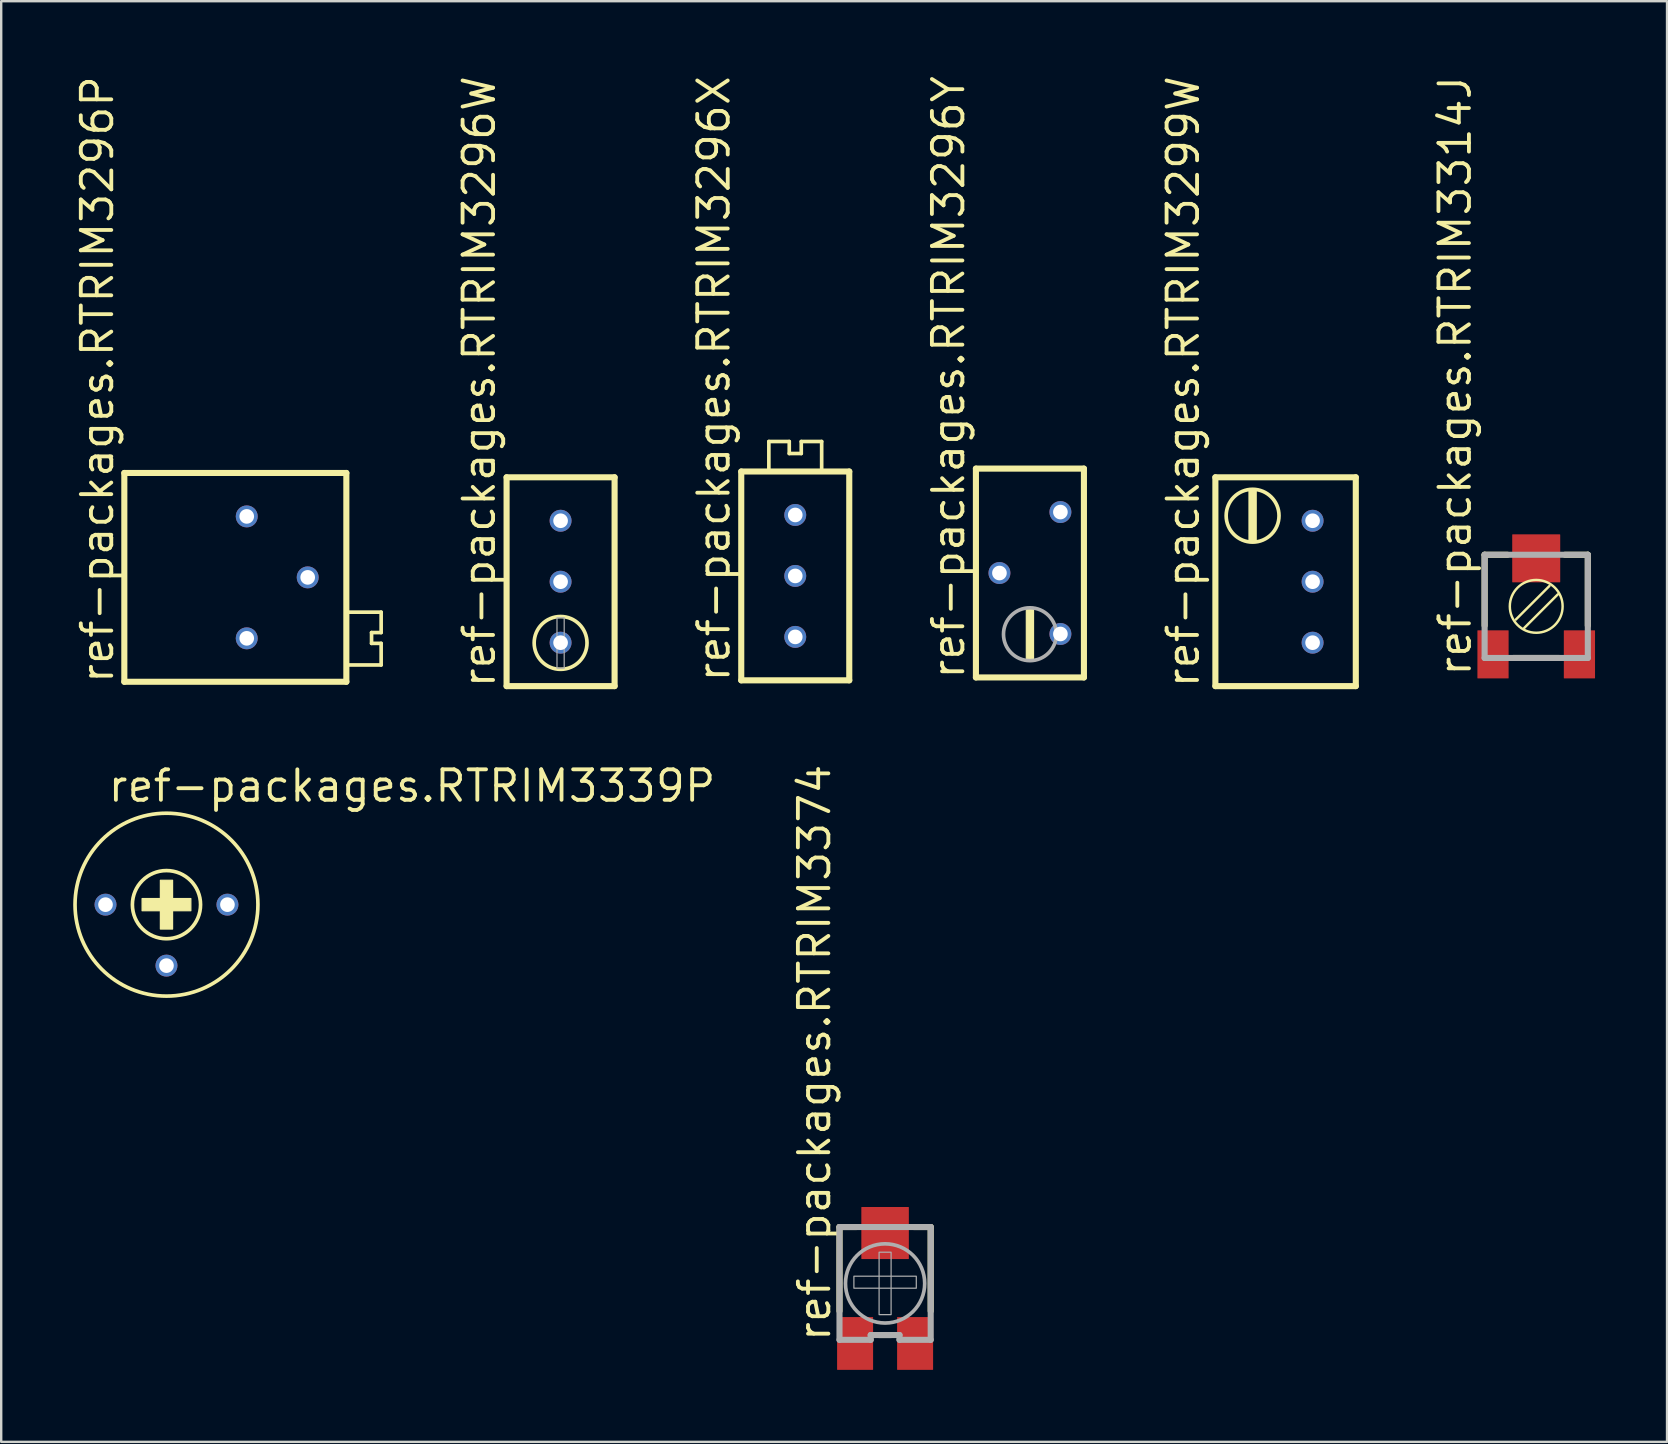
<source format=kicad_pcb>
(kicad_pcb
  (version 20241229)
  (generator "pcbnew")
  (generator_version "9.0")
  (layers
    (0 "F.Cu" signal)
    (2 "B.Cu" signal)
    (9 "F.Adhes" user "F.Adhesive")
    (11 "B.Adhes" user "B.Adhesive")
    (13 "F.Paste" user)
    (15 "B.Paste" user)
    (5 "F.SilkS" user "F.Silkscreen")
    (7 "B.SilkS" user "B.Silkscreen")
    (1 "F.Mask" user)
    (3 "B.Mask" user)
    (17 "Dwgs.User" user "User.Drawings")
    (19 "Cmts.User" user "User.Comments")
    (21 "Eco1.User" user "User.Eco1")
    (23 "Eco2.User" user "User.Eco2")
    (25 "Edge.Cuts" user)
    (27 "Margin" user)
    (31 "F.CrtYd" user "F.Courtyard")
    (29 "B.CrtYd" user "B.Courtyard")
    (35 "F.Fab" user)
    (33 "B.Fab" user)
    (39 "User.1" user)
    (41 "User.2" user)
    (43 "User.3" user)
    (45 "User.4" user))
  (footprint "ref-packages.RTRIM3296W"
    (layer "F.Cu")
    (at 20.306 21.186)
    (property "Reference" "ref-packages.RTRIM3296W" (at -2.65 4.5 90) (layer "F.SilkS") (effects (font (size 1.27 1.27) (thickness 0.16)) (justify left bottom)))
    (attr through_hole)
    (fp_line (start -2.25 -4.35) (end 2.25 -4.35) (stroke (width 0.254) (type default)) (layer "F.SilkS"))
    (fp_line (start -2.25 4.35) (end -2.25 -4.35) (stroke (width 0.254) (type default)) (layer "F.SilkS"))
    (fp_line (start 2.25 -4.35) (end 2.25 4.35) (stroke (width 0.254) (type default)) (layer "F.SilkS"))
    (fp_line (start 2.25 4.35) (end -2.25 4.35) (stroke (width 0.254) (type default)) (layer "F.SilkS"))
    (fp_circle (center 0 2.55) (end 1.101 2.55) (stroke (width 0.152) (type default)) (fill no) (layer "F.SilkS"))
    (fp_rect (start -0.15 3.6) (end 0.15 1.5) (stroke (width 0.05) (type default)) (fill no) (layer "F.Fab"))
    (pad "1" thru_hole circle (at 0 2.54) (size 0.914 0.914) (drill 0.61) (layers "*.Cu" "*.Mask"))
    (pad "2" thru_hole circle (at 0 0) (size 0.914 0.914) (drill 0.61) (layers "*.Cu" "*.Mask"))
    (pad "3" thru_hole circle (at 0 -2.54) (size 0.914 0.914) (drill 0.61) (layers "*.Cu" "*.Mask")))
  (footprint "ref-packages.RTRIM3296Y"
    (layer "F.Cu")
    (at 39.86 20.824)
    (property "Reference" "ref-packages.RTRIM3296Y" (at -2.65 4.5 90) (layer "F.SilkS") (effects (font (size 1.27 1.27) (thickness 0.16)) (justify left bottom)))
    (attr through_hole)
    (fp_line (start -2.25 -4.35) (end 2.25 -4.35) (stroke (width 0.254) (type default)) (layer "F.SilkS"))
    (fp_line (start -2.25 4.35) (end -2.25 -4.35) (stroke (width 0.254) (type default)) (layer "F.SilkS"))
    (fp_line (start 2.25 -4.35) (end 2.25 4.35) (stroke (width 0.254) (type default)) (layer "F.SilkS"))
    (fp_line (start 2.25 4.35) (end -2.25 4.35) (stroke (width 0.254) (type default)) (layer "F.SilkS"))
    (fp_rect (start -0.15 3.6) (end 0.15 1.5) (stroke (width 0.05) (type default)) (fill yes) (layer "F.SilkS"))
    (fp_circle (center 0 2.55) (end 1.101 2.55) (stroke (width 0.152) (type default)) (fill no) (layer "F.Fab"))
    (pad "1" thru_hole circle (at 1.27 2.54) (size 0.914 0.914) (drill 0.61) (layers "*.Cu" "*.Mask"))
    (pad "2" thru_hole circle (at -1.27 0) (size 0.914 0.914) (drill 0.61) (layers "*.Cu" "*.Mask"))
    (pad "3" thru_hole circle (at 1.27 -2.54) (size 0.914 0.914) (drill 0.61) (layers "*.Cu" "*.Mask")))
  (footprint "ref-packages.RTRIM3296X"
    (layer "F.Cu")
    (at 30.083 20.945)
    (property "Reference" "ref-packages.RTRIM3296X" (at -2.65 4.5 90) (layer "F.SilkS") (effects (font (size 1.27 1.27) (thickness 0.16)) (justify left bottom)))
    (attr through_hole)
    (fp_line (start -2.25 -4.35) (end 2.25 -4.35) (stroke (width 0.254) (type default)) (layer "F.SilkS"))
    (fp_line (start -2.25 4.35) (end -2.25 -4.35) (stroke (width 0.254) (type default)) (layer "F.SilkS"))
    (fp_line (start -1.1 -5.6) (end -0.25 -5.6) (stroke (width 0.152) (type default)) (layer "F.SilkS"))
    (fp_line (start -1.1 -4.4) (end -1.1 -5.6) (stroke (width 0.152) (type default)) (layer "F.SilkS"))
    (fp_line (start -0.25 -5.6) (end -0.25 -5.1) (stroke (width 0.152) (type default)) (layer "F.SilkS"))
    (fp_line (start -0.25 -5.1) (end 0.25 -5.1) (stroke (width 0.152) (type default)) (layer "F.SilkS"))
    (fp_line (start 0.25 -5.6) (end 1.1 -5.6) (stroke (width 0.152) (type default)) (layer "F.SilkS"))
    (fp_line (start 0.25 -5.1) (end 0.25 -5.6) (stroke (width 0.152) (type default)) (layer "F.SilkS"))
    (fp_line (start 1.1 -5.6) (end 1.1 -4.4) (stroke (width 0.152) (type default)) (layer "F.SilkS"))
    (fp_line (start 2.25 -4.35) (end 2.25 4.35) (stroke (width 0.254) (type default)) (layer "F.SilkS"))
    (fp_line (start 2.25 4.35) (end -2.25 4.35) (stroke (width 0.254) (type default)) (layer "F.SilkS"))
    (pad "1" thru_hole circle (at 0 2.54) (size 0.914 0.914) (drill 0.61) (layers "*.Cu" "*.Mask"))
    (pad "2" thru_hole circle (at 0 0) (size 0.914 0.914) (drill 0.61) (layers "*.Cu" "*.Mask"))
    (pad "3" thru_hole circle (at 0 -2.54) (size 0.914 0.914) (drill 0.61) (layers "*.Cu" "*.Mask")))
  (footprint "ref-packages.RTRIM3296P"
    (layer "F.Cu")
    (at 7.23 21.005)
    (property "Reference" "ref-packages.RTRIM3296P" (at -5.48 4.5 90) (layer "F.SilkS") (effects (font (size 1.27 1.27) (thickness 0.16)) (justify left bottom)))
    (attr through_hole)
    (fp_line (start -5.1 -4.35) (end -5.1 4.35) (stroke (width 0.254) (type default)) (layer "F.SilkS"))
    (fp_line (start -5.1 4.35) (end 4.15 4.35) (stroke (width 0.254) (type default)) (layer "F.SilkS"))
    (fp_line (start 4.15 -4.35) (end -5.1 -4.35) (stroke (width 0.254) (type default)) (layer "F.SilkS"))
    (fp_line (start 4.15 4.35) (end 4.15 -4.35) (stroke (width 0.254) (type default)) (layer "F.SilkS"))
    (fp_line (start 4.25 1.45) (end 5.6 1.45) (stroke (width 0.152) (type default)) (layer "F.SilkS"))
    (fp_line (start 5.2 2.3) (end 5.2 2.75) (stroke (width 0.152) (type default)) (layer "F.SilkS"))
    (fp_line (start 5.2 2.75) (end 5.6 2.75) (stroke (width 0.152) (type default)) (layer "F.SilkS"))
    (fp_line (start 5.6 1.45) (end 5.6 2.3) (stroke (width 0.152) (type default)) (layer "F.SilkS"))
    (fp_line (start 5.6 2.3) (end 5.2 2.3) (stroke (width 0.152) (type default)) (layer "F.SilkS"))
    (fp_line (start 5.6 2.75) (end 5.6 3.65) (stroke (width 0.152) (type default)) (layer "F.SilkS"))
    (fp_line (start 5.6 3.65) (end 4.25 3.65) (stroke (width 0.152) (type default)) (layer "F.SilkS"))
    (pad "1" thru_hole circle (at 0 2.54) (size 0.914 0.914) (drill 0.61) (layers "*.Cu" "*.Mask"))
    (pad "2" thru_hole circle (at 2.54 0) (size 0.914 0.914) (drill 0.61) (layers "*.Cu" "*.Mask"))
    (pad "3" thru_hole circle (at 0 -2.54) (size 0.914 0.914) (drill 0.61) (layers "*.Cu" "*.Mask")))
  (footprint "ref-packages.RTRIM3299W"
    (layer "F.Cu")
    (at 50.367 21.186)
    (property "Reference" "ref-packages.RTRIM3299W" (at -3.38 4.5 90) (layer "F.SilkS") (effects (font (size 1.27 1.27) (thickness 0.16)) (justify left bottom)))
    (attr through_hole)
    (fp_line (start -2.78 -4.35) (end 3.07 -4.35) (stroke (width 0.254) (type default)) (layer "F.SilkS"))
    (fp_line (start -2.78 4.35) (end -2.78 -4.35) (stroke (width 0.254) (type default)) (layer "F.SilkS"))
    (fp_line (start 3.07 -4.35) (end 3.07 4.35) (stroke (width 0.254) (type default)) (layer "F.SilkS"))
    (fp_line (start 3.07 4.35) (end -2.78 4.35) (stroke (width 0.254) (type default)) (layer "F.SilkS"))
    (fp_rect (start -1.38 -1.7) (end -1.08 -3.8) (stroke (width 0.05) (type default)) (fill yes) (layer "F.SilkS"))
    (fp_circle (center -1.23 -2.75) (end -0.129 -2.75) (stroke (width 0.152) (type default)) (fill no) (layer "F.SilkS"))
    (pad "1" thru_hole circle (at 1.27 2.54) (size 0.914 0.914) (drill 0.61) (layers "*.Cu" "*.Mask"))
    (pad "2" thru_hole circle (at 1.27 0) (size 0.914 0.914) (drill 0.61) (layers "*.Cu" "*.Mask"))
    (pad "3" thru_hole circle (at 1.27 -2.54) (size 0.914 0.914) (drill 0.61) (layers "*.Cu" "*.Mask")))
  (footprint "ref-packages.RTRIM3374"
    (layer "F.Cu")
    (at 33.826 50.422)
    (property "Reference" "ref-packages.RTRIM3374" (at -2.2 2.5 90) (layer "F.SilkS") (effects (font (size 1.27 1.27) (thickness 0.16)) (justify left bottom)))
    (attr smd)
    (fp_line (start -1.9 -2.35) (end -1.2 -2.35) (stroke (width 0.254) (type default)) (layer "F.SilkS"))
    (fp_line (start -1.9 1.15) (end -1.9 -2.35) (stroke (width 0.254) (type default)) (layer "F.SilkS"))
    (fp_line (start -0.25 2.15) (end 0.25 2.15) (stroke (width 0.254) (type default)) (layer "F.SilkS"))
    (fp_line (start 1.2 -2.35) (end 1.9 -2.35) (stroke (width 0.254) (type default)) (layer "F.SilkS"))
    (fp_line (start 1.9 -2.35) (end 1.9 1.15) (stroke (width 0.254) (type default)) (layer "F.SilkS"))
    (fp_line (start -1.9 -2.35) (end 1.9 -2.35) (stroke (width 0.254) (type default)) (layer "F.Fab"))
    (fp_line (start -1.9 2.35) (end -1.9 -2.35) (stroke (width 0.254) (type default)) (layer "F.Fab"))
    (fp_line (start -0.6 2.15) (end -0.6 2.35) (stroke (width 0.254) (type default)) (layer "F.Fab"))
    (fp_line (start -0.6 2.35) (end -1.9 2.35) (stroke (width 0.254) (type default)) (layer "F.Fab"))
    (fp_line (start 0.6 2.15) (end -0.6 2.15) (stroke (width 0.254) (type default)) (layer "F.Fab"))
    (fp_line (start 0.6 2.35) (end 0.6 2.15) (stroke (width 0.254) (type default)) (layer "F.Fab"))
    (fp_line (start 1.9 -2.35) (end 1.9 2.35) (stroke (width 0.254) (type default)) (layer "F.Fab"))
    (fp_line (start 1.9 2.35) (end 0.6 2.35) (stroke (width 0.254) (type default)) (layer "F.Fab"))
    (fp_rect (start -1.3 0.2) (end 1.3 -0.3) (stroke (width 0.05) (type default)) (fill no) (layer "F.Fab"))
    (fp_rect (start -0.25 1.3) (end 0.25 -1.3) (stroke (width 0.05) (type default)) (fill no) (layer "F.Fab"))
    (fp_circle (center 0 0) (end 1.65 0) (stroke (width 0.152) (type default)) (fill no) (layer "F.Fab"))
    (pad "1" smd roundrect (at -1.25 2.5) (size 1.5 2.2) (layers "F.Cu" "F.Mask" "F.Paste") (roundrect_rratio 0.01))
    (pad "2" smd roundrect (at 0 -2.1) (size 1.98 2.17) (layers "F.Cu" "F.Mask" "F.Paste") (roundrect_rratio 0.01))
    (pad "3" smd roundrect (at 1.25 2.5) (size 1.5 2.2) (layers "F.Cu" "F.Mask" "F.Paste") (roundrect_rratio 0.01)))
  (footprint "ref-packages.RTRIM3339P"
    (layer "F.Cu")
    (at 3.886 34.641)
    (property "Reference" "ref-packages.RTRIM3339P" (at -2.515 -4.205 0) (layer "F.SilkS") (effects (font (size 1.27 1.27) (thickness 0.16)) (justify left bottom)))
    (attr through_hole)
    (fp_rect (start -1.016 0.254) (end 1.016 -0.254) (stroke (width 0.05) (type default)) (fill yes) (layer "F.SilkS"))
    (fp_rect (start -0.254 1.016) (end 0.254 -1.016) (stroke (width 0.05) (type default)) (fill yes) (layer "F.SilkS"))
    (fp_circle (center 0 0) (end 1.42 0) (stroke (width 0.152) (type default)) (fill no) (layer "F.SilkS"))
    (fp_circle (center 0 0) (end 3.81 0) (stroke (width 0.152) (type default)) (fill no) (layer "F.SilkS"))
    (pad "1" thru_hole circle (at -2.54 0) (size 0.914 0.914) (drill 0.61) (layers "*.Cu" "*.Mask"))
    (pad "2" thru_hole circle (at 0 2.54) (size 0.914 0.914) (drill 0.61) (layers "*.Cu" "*.Mask"))
    (pad "3" thru_hole circle (at 2.54 0) (size 0.914 0.914) (drill 0.61) (layers "*.Cu" "*.Mask")))
  (footprint "ref-packages.RTRIM3314J"
    (layer "F.Cu")
    (at 60.954 22.213)
    (property "Reference" "ref-packages.RTRIM3314J" (at -2.64 2.99 90) (layer "F.SilkS") (effects (font (size 1.27 1.27) (thickness 0.16)) (justify left bottom)))
    (attr smd)
    (fp_line (start -2.15 -2.15) (end -2.15 0.8) (stroke (width 0.254) (type default)) (layer "F.SilkS"))
    (fp_line (start -1.2 -2.15) (end -2.15 -2.15) (stroke (width 0.254) (type default)) (layer "F.SilkS"))
    (fp_line (start -0.85 0.55) (end 0.55 -0.85) (stroke (width 0.102) (type default)) (layer "F.SilkS"))
    (fp_line (start -0.5 0.9) (end 0.9 -0.5) (stroke (width 0.102) (type default)) (layer "F.SilkS"))
    (fp_line (start 0.95 2.15) (end -0.95 2.15) (stroke (width 0.254) (type default)) (layer "F.SilkS"))
    (fp_line (start 2.15 -2.15) (end 1.2 -2.15) (stroke (width 0.254) (type default)) (layer "F.SilkS"))
    (fp_line (start 2.15 0.8) (end 2.15 -2.15) (stroke (width 0.254) (type default)) (layer "F.SilkS"))
    (fp_circle (center 0 0) (end 1.1 0) (stroke (width 0.102) (type default)) (fill no) (layer "F.SilkS"))
    (fp_line (start -2.15 -2.15) (end 2.15 -2.15) (stroke (width 0.254) (type default)) (layer "F.Fab"))
    (fp_line (start -2.15 2.15) (end -2.15 -2.15) (stroke (width 0.254) (type default)) (layer "F.Fab"))
    (fp_line (start 2.15 -2.15) (end 2.15 2.15) (stroke (width 0.254) (type default)) (layer "F.Fab"))
    (fp_line (start 2.15 2.15) (end -2.15 2.15) (stroke (width 0.254) (type default)) (layer "F.Fab"))
    (pad "1" smd roundrect (at -1.8 2) (size 1.3 2) (layers "F.Cu" "F.Mask" "F.Paste") (roundrect_rratio 0.01))
    (pad "2" smd roundrect (at 0 -2) (size 2 2) (layers "F.Cu" "F.Mask" "F.Paste") (roundrect_rratio 0.01))
    (pad "3" smd roundrect (at 1.8 2) (size 1.3 2) (layers "F.Cu" "F.Mask" "F.Paste") (roundrect_rratio 0.01)))
  (gr_rect
    (start -3 -3)
    (end 66.404 57.022)
    (stroke (width 0.1) (type default))
    (fill no)
    (layer "Edge.Cuts")))
</source>
